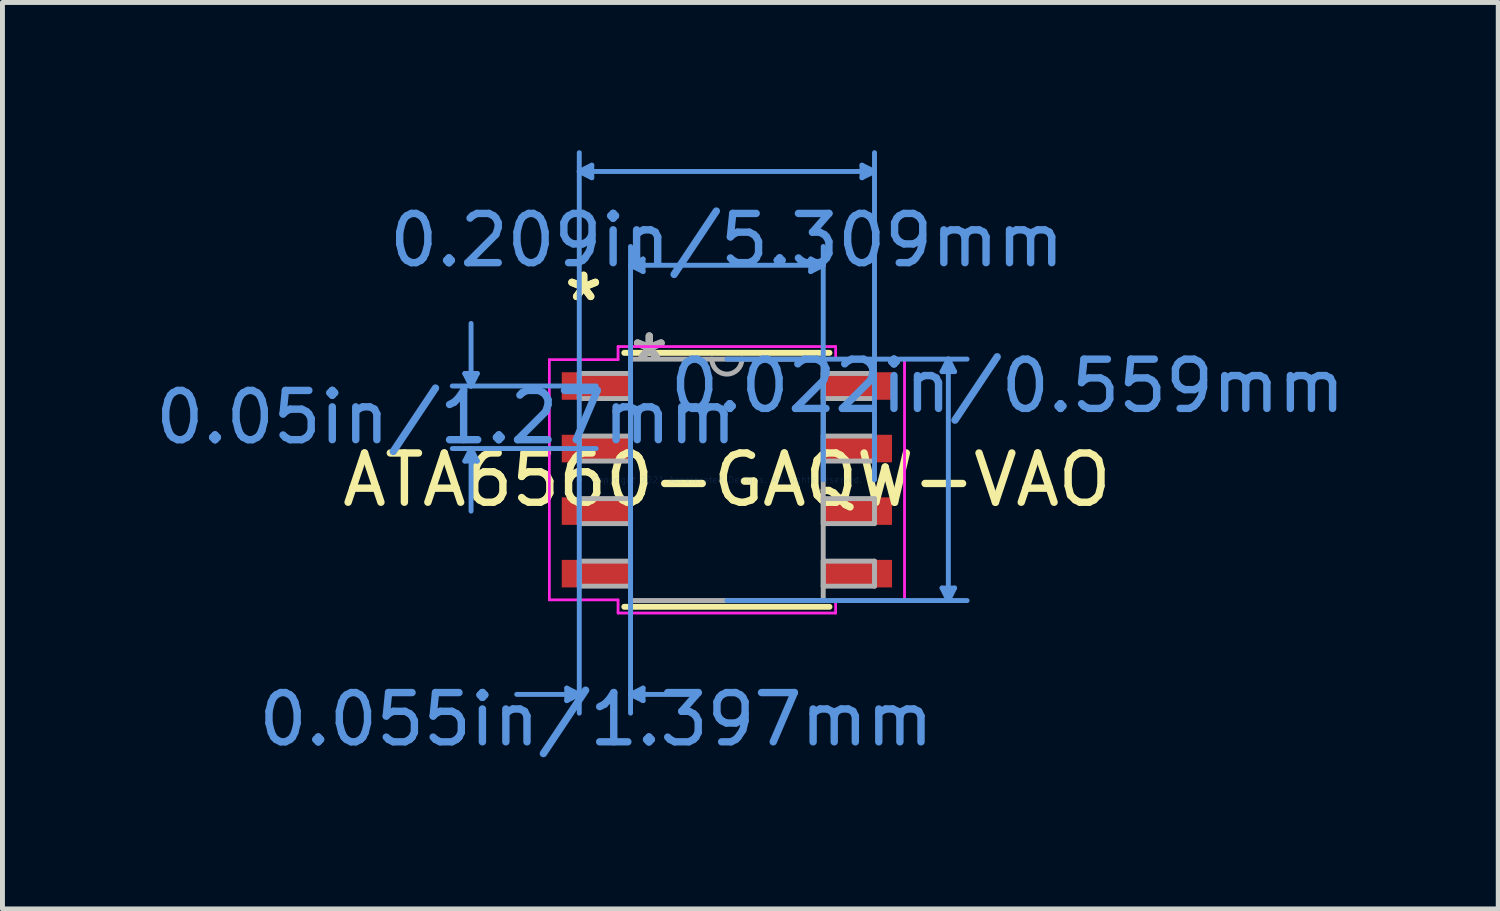
<source format=kicad_pcb>
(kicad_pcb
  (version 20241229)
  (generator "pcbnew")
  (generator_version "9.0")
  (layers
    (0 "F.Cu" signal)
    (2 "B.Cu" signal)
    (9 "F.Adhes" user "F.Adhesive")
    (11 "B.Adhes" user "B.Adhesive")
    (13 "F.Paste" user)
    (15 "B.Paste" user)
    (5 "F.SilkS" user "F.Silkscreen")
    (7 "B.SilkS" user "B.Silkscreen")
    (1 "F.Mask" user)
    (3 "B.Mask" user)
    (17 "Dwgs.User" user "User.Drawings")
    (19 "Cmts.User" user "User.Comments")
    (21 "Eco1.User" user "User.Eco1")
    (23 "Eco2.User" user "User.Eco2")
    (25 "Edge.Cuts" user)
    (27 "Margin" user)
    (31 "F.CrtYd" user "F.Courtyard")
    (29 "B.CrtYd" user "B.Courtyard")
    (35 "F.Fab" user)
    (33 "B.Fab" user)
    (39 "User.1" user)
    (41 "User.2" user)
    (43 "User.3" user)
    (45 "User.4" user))
  (footprint "ATA6560-GAQW-VAO"
    (layer "F.Cu")
    (at 11.708 6.692)
    (property "Reference" "ATA6560-GAQW-VAO" (at 0 0 0) (layer "F.SilkS") (effects (font (size 1 1) (thickness 0.15))))
    (attr through_hole)
    (fp_line (start -2.083 2.578) (end 2.083 2.578) (stroke (width 0.12) (type solid)) (layer "F.SilkS"))
    (fp_line (start 2.083 -2.578) (end -2.083 -2.578) (stroke (width 0.12) (type solid)) (layer "F.SilkS"))
    (fp_line (start -5.321 -2.159) (end -5.067 -2.159) (stroke (width 0.1) (type solid)) (layer "Cmts.User"))
    (fp_line (start -5.321 -0.381) (end -5.067 -0.381) (stroke (width 0.1) (type solid)) (layer "Cmts.User"))
    (fp_line (start -5.194 -1.905) (end -5.321 -2.159) (stroke (width 0.1) (type solid)) (layer "Cmts.User"))
    (fp_line (start -5.194 -1.905) (end -5.194 -3.175) (stroke (width 0.1) (type solid)) (layer "Cmts.User"))
    (fp_line (start -5.194 -1.905) (end -5.067 -2.159) (stroke (width 0.1) (type solid)) (layer "Cmts.User"))
    (fp_line (start -5.194 -0.635) (end -5.321 -0.381) (stroke (width 0.1) (type solid)) (layer "Cmts.User"))
    (fp_line (start -5.194 -0.635) (end -5.194 0.635) (stroke (width 0.1) (type solid)) (layer "Cmts.User"))
    (fp_line (start -5.194 -0.635) (end -5.067 -0.381) (stroke (width 0.1) (type solid)) (layer "Cmts.User"))
    (fp_line (start -3.251 4.229) (end -3.251 4.483) (stroke (width 0.1) (type solid)) (layer "Cmts.User"))
    (fp_line (start -2.997 -6.261) (end -2.743 -6.388) (stroke (width 0.1) (type solid)) (layer "Cmts.User"))
    (fp_line (start -2.997 -6.261) (end -2.743 -6.134) (stroke (width 0.1) (type solid)) (layer "Cmts.User"))
    (fp_line (start -2.997 -6.261) (end 2.997 -6.261) (stroke (width 0.1) (type solid)) (layer "Cmts.User"))
    (fp_line (start -2.997 0) (end -2.997 -6.642) (stroke (width 0.1) (type solid)) (layer "Cmts.User"))
    (fp_line (start -2.997 0) (end -2.997 4.737) (stroke (width 0.1) (type solid)) (layer "Cmts.User"))
    (fp_line (start -2.997 4.356) (end -4.267 4.356) (stroke (width 0.1) (type solid)) (layer "Cmts.User"))
    (fp_line (start -2.997 4.356) (end -3.251 4.229) (stroke (width 0.1) (type solid)) (layer "Cmts.User"))
    (fp_line (start -2.997 4.356) (end -3.251 4.483) (stroke (width 0.1) (type solid)) (layer "Cmts.User"))
    (fp_line (start -2.743 -6.388) (end -2.743 -6.134) (stroke (width 0.1) (type solid)) (layer "Cmts.User"))
    (fp_line (start -2.654 -1.905) (end -5.575 -1.905) (stroke (width 0.1) (type solid)) (layer "Cmts.User"))
    (fp_line (start -2.654 -0.635) (end -5.575 -0.635) (stroke (width 0.1) (type solid)) (layer "Cmts.User"))
    (fp_line (start -1.956 -4.356) (end -1.702 -4.483) (stroke (width 0.1) (type solid)) (layer "Cmts.User"))
    (fp_line (start -1.956 -4.356) (end -1.702 -4.229) (stroke (width 0.1) (type solid)) (layer "Cmts.User"))
    (fp_line (start -1.956 -4.356) (end 1.956 -4.356) (stroke (width 0.1) (type solid)) (layer "Cmts.User"))
    (fp_line (start -1.956 0) (end -1.956 -4.737) (stroke (width 0.1) (type solid)) (layer "Cmts.User"))
    (fp_line (start -1.956 0) (end -1.956 4.737) (stroke (width 0.1) (type solid)) (layer "Cmts.User"))
    (fp_line (start -1.956 4.356) (end -1.702 4.229) (stroke (width 0.1) (type solid)) (layer "Cmts.User"))
    (fp_line (start -1.956 4.356) (end -1.702 4.483) (stroke (width 0.1) (type solid)) (layer "Cmts.User"))
    (fp_line (start -1.956 4.356) (end -0.686 4.356) (stroke (width 0.1) (type solid)) (layer "Cmts.User"))
    (fp_line (start -1.702 -4.483) (end -1.702 -4.229) (stroke (width 0.1) (type solid)) (layer "Cmts.User"))
    (fp_line (start -1.702 4.229) (end -1.702 4.483) (stroke (width 0.1) (type solid)) (layer "Cmts.User"))
    (fp_line (start 0 -2.451) (end 4.877 -2.451) (stroke (width 0.1) (type solid)) (layer "Cmts.User"))
    (fp_line (start 0 2.451) (end 4.877 2.451) (stroke (width 0.1) (type solid)) (layer "Cmts.User"))
    (fp_line (start 1.702 -4.483) (end 1.702 -4.229) (stroke (width 0.1) (type solid)) (layer "Cmts.User"))
    (fp_line (start 1.956 -4.356) (end 1.702 -4.483) (stroke (width 0.1) (type solid)) (layer "Cmts.User"))
    (fp_line (start 1.956 -4.356) (end 1.702 -4.229) (stroke (width 0.1) (type solid)) (layer "Cmts.User"))
    (fp_line (start 1.956 0) (end 1.956 -4.737) (stroke (width 0.1) (type solid)) (layer "Cmts.User"))
    (fp_line (start 2.743 -6.388) (end 2.743 -6.134) (stroke (width 0.1) (type solid)) (layer "Cmts.User"))
    (fp_line (start 2.997 -6.261) (end 2.743 -6.388) (stroke (width 0.1) (type solid)) (layer "Cmts.User"))
    (fp_line (start 2.997 -6.261) (end 2.743 -6.134) (stroke (width 0.1) (type solid)) (layer "Cmts.User"))
    (fp_line (start 2.997 0) (end 2.997 -6.642) (stroke (width 0.1) (type solid)) (layer "Cmts.User"))
    (fp_line (start 4.369 -2.197) (end 4.623 -2.197) (stroke (width 0.1) (type solid)) (layer "Cmts.User"))
    (fp_line (start 4.369 2.197) (end 4.623 2.197) (stroke (width 0.1) (type solid)) (layer "Cmts.User"))
    (fp_line (start 4.496 -2.451) (end 4.369 -2.197) (stroke (width 0.1) (type solid)) (layer "Cmts.User"))
    (fp_line (start 4.496 -2.451) (end 4.496 2.451) (stroke (width 0.1) (type solid)) (layer "Cmts.User"))
    (fp_line (start 4.496 -2.451) (end 4.623 -2.197) (stroke (width 0.1) (type solid)) (layer "Cmts.User"))
    (fp_line (start 4.496 2.451) (end 4.369 2.197) (stroke (width 0.1) (type solid)) (layer "Cmts.User"))
    (fp_line (start 4.496 2.451) (end 4.623 2.197) (stroke (width 0.1) (type solid)) (layer "Cmts.User"))
    (fp_line (start -3.607 -2.438) (end -2.21 -2.438) (stroke (width 0.05) (type solid)) (layer "F.CrtYd"))
    (fp_line (start -3.607 -2.438) (end -2.21 -2.438) (stroke (width 0.05) (type solid)) (layer "F.CrtYd"))
    (fp_line (start -3.607 2.438) (end -3.607 -2.438) (stroke (width 0.05) (type solid)) (layer "F.CrtYd"))
    (fp_line (start -3.607 2.438) (end -3.607 -2.438) (stroke (width 0.05) (type solid)) (layer "F.CrtYd"))
    (fp_line (start -3.607 2.438) (end -2.21 2.438) (stroke (width 0.05) (type solid)) (layer "F.CrtYd"))
    (fp_line (start -2.21 -2.705) (end 2.21 -2.705) (stroke (width 0.05) (type solid)) (layer "F.CrtYd"))
    (fp_line (start -2.21 -2.705) (end 2.21 -2.705) (stroke (width 0.05) (type solid)) (layer "F.CrtYd"))
    (fp_line (start -2.21 -2.438) (end -2.21 -2.705) (stroke (width 0.05) (type solid)) (layer "F.CrtYd"))
    (fp_line (start -2.21 -2.438) (end -2.21 -2.705) (stroke (width 0.05) (type solid)) (layer "F.CrtYd"))
    (fp_line (start -2.21 2.438) (end -3.607 2.438) (stroke (width 0.05) (type solid)) (layer "F.CrtYd"))
    (fp_line (start -2.21 2.705) (end -2.21 2.438) (stroke (width 0.05) (type solid)) (layer "F.CrtYd"))
    (fp_line (start -2.21 2.705) (end -2.21 2.438) (stroke (width 0.05) (type solid)) (layer "F.CrtYd"))
    (fp_line (start 2.21 -2.705) (end 2.21 -2.438) (stroke (width 0.05) (type solid)) (layer "F.CrtYd"))
    (fp_line (start 2.21 -2.705) (end 2.21 -2.438) (stroke (width 0.05) (type solid)) (layer "F.CrtYd"))
    (fp_line (start 2.21 -2.438) (end 3.607 -2.438) (stroke (width 0.05) (type solid)) (layer "F.CrtYd"))
    (fp_line (start 2.21 2.438) (end 2.21 2.705) (stroke (width 0.05) (type solid)) (layer "F.CrtYd"))
    (fp_line (start 2.21 2.438) (end 2.21 2.705) (stroke (width 0.05) (type solid)) (layer "F.CrtYd"))
    (fp_line (start 2.21 2.705) (end -2.21 2.705) (stroke (width 0.05) (type solid)) (layer "F.CrtYd"))
    (fp_line (start 2.21 2.705) (end -2.21 2.705) (stroke (width 0.05) (type solid)) (layer "F.CrtYd"))
    (fp_line (start 3.607 -2.438) (end 2.21 -2.438) (stroke (width 0.05) (type solid)) (layer "F.CrtYd"))
    (fp_line (start 3.607 -2.438) (end 3.607 2.438) (stroke (width 0.05) (type solid)) (layer "F.CrtYd"))
    (fp_line (start 3.607 -2.438) (end 3.607 2.438) (stroke (width 0.05) (type solid)) (layer "F.CrtYd"))
    (fp_line (start 3.607 2.438) (end 2.21 2.438) (stroke (width 0.05) (type solid)) (layer "F.CrtYd"))
    (fp_line (start 3.607 2.438) (end 2.21 2.438) (stroke (width 0.05) (type solid)) (layer "F.CrtYd"))
    (fp_line (start -2.997 -2.159) (end -2.997 -1.651) (stroke (width 0.1) (type solid)) (layer "F.Fab"))
    (fp_line (start -2.997 -1.651) (end -1.956 -1.651) (stroke (width 0.1) (type solid)) (layer "F.Fab"))
    (fp_line (start -2.997 -0.889) (end -2.997 -0.381) (stroke (width 0.1) (type solid)) (layer "F.Fab"))
    (fp_line (start -2.997 -0.381) (end -1.956 -0.381) (stroke (width 0.1) (type solid)) (layer "F.Fab"))
    (fp_line (start -2.997 0.381) (end -2.997 0.889) (stroke (width 0.1) (type solid)) (layer "F.Fab"))
    (fp_line (start -2.997 0.889) (end -1.956 0.889) (stroke (width 0.1) (type solid)) (layer "F.Fab"))
    (fp_line (start -2.997 1.651) (end -2.997 2.159) (stroke (width 0.1) (type solid)) (layer "F.Fab"))
    (fp_line (start -2.997 2.159) (end -1.956 2.159) (stroke (width 0.1) (type solid)) (layer "F.Fab"))
    (fp_line (start -1.956 -2.451) (end -1.956 2.451) (stroke (width 0.1) (type solid)) (layer "F.Fab"))
    (fp_line (start -1.956 -2.159) (end -2.997 -2.159) (stroke (width 0.1) (type solid)) (layer "F.Fab"))
    (fp_line (start -1.956 -1.651) (end -1.956 -2.159) (stroke (width 0.1) (type solid)) (layer "F.Fab"))
    (fp_line (start -1.956 -0.889) (end -2.997 -0.889) (stroke (width 0.1) (type solid)) (layer "F.Fab"))
    (fp_line (start -1.956 -0.381) (end -1.956 -0.889) (stroke (width 0.1) (type solid)) (layer "F.Fab"))
    (fp_line (start -1.956 0.381) (end -2.997 0.381) (stroke (width 0.1) (type solid)) (layer "F.Fab"))
    (fp_line (start -1.956 0.889) (end -1.956 0.381) (stroke (width 0.1) (type solid)) (layer "F.Fab"))
    (fp_line (start -1.956 1.651) (end -2.997 1.651) (stroke (width 0.1) (type solid)) (layer "F.Fab"))
    (fp_line (start -1.956 2.159) (end -1.956 1.651) (stroke (width 0.1) (type solid)) (layer "F.Fab"))
    (fp_line (start -1.956 2.451) (end 1.956 2.451) (stroke (width 0.1) (type solid)) (layer "F.Fab"))
    (fp_line (start 1.956 -2.451) (end -1.956 -2.451) (stroke (width 0.1) (type solid)) (layer "F.Fab"))
    (fp_line (start 1.956 -2.159) (end 1.956 -1.651) (stroke (width 0.1) (type solid)) (layer "F.Fab"))
    (fp_line (start 1.956 -1.651) (end 2.997 -1.651) (stroke (width 0.1) (type solid)) (layer "F.Fab"))
    (fp_line (start 1.956 -0.889) (end 1.956 -0.381) (stroke (width 0.1) (type solid)) (layer "F.Fab"))
    (fp_line (start 1.956 -0.381) (end 2.997 -0.381) (stroke (width 0.1) (type solid)) (layer "F.Fab"))
    (fp_line (start 1.956 0.381) (end 1.956 0.889) (stroke (width 0.1) (type solid)) (layer "F.Fab"))
    (fp_line (start 1.956 0.889) (end 2.997 0.889) (stroke (width 0.1) (type solid)) (layer "F.Fab"))
    (fp_line (start 1.956 1.651) (end 1.956 2.159) (stroke (width 0.1) (type solid)) (layer "F.Fab"))
    (fp_line (start 1.956 2.159) (end 2.997 2.159) (stroke (width 0.1) (type solid)) (layer "F.Fab"))
    (fp_line (start 1.956 2.451) (end 1.956 -2.451) (stroke (width 0.1) (type solid)) (layer "F.Fab"))
    (fp_line (start 2.997 -2.159) (end 1.956 -2.159) (stroke (width 0.1) (type solid)) (layer "F.Fab"))
    (fp_line (start 2.997 -1.651) (end 2.997 -2.159) (stroke (width 0.1) (type solid)) (layer "F.Fab"))
    (fp_line (start 2.997 -0.889) (end 1.956 -0.889) (stroke (width 0.1) (type solid)) (layer "F.Fab"))
    (fp_line (start 2.997 -0.381) (end 2.997 -0.889) (stroke (width 0.1) (type solid)) (layer "F.Fab"))
    (fp_line (start 2.997 0.381) (end 1.956 0.381) (stroke (width 0.1) (type solid)) (layer "F.Fab"))
    (fp_line (start 2.997 0.889) (end 2.997 0.381) (stroke (width 0.1) (type solid)) (layer "F.Fab"))
    (fp_line (start 2.997 1.651) (end 1.956 1.651) (stroke (width 0.1) (type solid)) (layer "F.Fab"))
    (fp_line (start 2.997 2.159) (end 2.997 1.651) (stroke (width 0.1) (type solid)) (layer "F.Fab"))
    (fp_arc (start 0.3048 -2.4511) (mid 0 -2.1463) (end -0.3048 -2.4511) (stroke (width 0.1) (type solid)) (layer "F.Fab"))
    (fp_text user "*" (at -2.908 -3.607 0) (layer "F.SilkS") (effects (font (size 1 1) (thickness 0.15))))
    (fp_text user "*" (at -2.908 -3.607 0) (layer "F.SilkS") (effects (font (size 1 1) (thickness 0.15))))
    (fp_text user "0.022in/0.559mm" (at 5.702 -1.905 0) (layer "Cmts.User") (effects (font (size 1 1) (thickness 0.15))))
    (fp_text user "0.209in/5.309mm" (at 0 -4.864 0) (layer "Cmts.User") (effects (font (size 1 1) (thickness 0.15))))
    (fp_text user "0.055in/1.397mm" (at -2.654 4.864 0) (layer "Cmts.User") (effects (font (size 1 1) (thickness 0.15))))
    (fp_text user "0.05in/1.27mm" (at -5.702 -1.27 0) (layer "Cmts.User") (effects (font (size 1 1) (thickness 0.15))))
    (fp_text user "Copyright 2021 Accelerated Designs. All rights reserved." (at 0 0 0) (layer "Cmts.User") (effects (font (size 0.127 0.127) (thickness 0.002))))
    (fp_text user "*" (at -1.575 -2.375 0) (layer "F.Fab") (effects (font (size 1 1) (thickness 0.15))))
    (fp_text user "*" (at -1.575 -2.375 0) (layer "F.Fab") (effects (font (size 1 1) (thickness 0.15))))
    (pad "1" smd rect (at -2.654 -1.905) (size 1.397 0.559) (layers "F.Cu" "F.Mask" "F.Paste"))
    (pad "2" smd rect (at -2.654 -0.635) (size 1.397 0.559) (layers "F.Cu" "F.Mask" "F.Paste"))
    (pad "3" smd rect (at -2.654 0.635) (size 1.397 0.559) (layers "F.Cu" "F.Mask" "F.Paste"))
    (pad "4" smd rect (at -2.654 1.905) (size 1.397 0.559) (layers "F.Cu" "F.Mask" "F.Paste"))
    (pad "5" smd rect (at 2.654 1.905) (size 1.397 0.559) (layers "F.Cu" "F.Mask" "F.Paste"))
    (pad "6" smd rect (at 2.654 0.635) (size 1.397 0.559) (layers "F.Cu" "F.Mask" "F.Paste"))
    (pad "7" smd rect (at 2.654 -0.635) (size 1.397 0.559) (layers "F.Cu" "F.Mask" "F.Paste"))
    (pad "8" smd rect (at 2.654 -1.905) (size 1.397 0.559) (layers "F.Cu" "F.Mask" "F.Paste")))
  (gr_rect
    (start -3 -3)
    (end 27.369 15.404)
    (stroke (width 0.1) (type default))
    (fill no)
    (layer "Edge.Cuts")))
</source>
